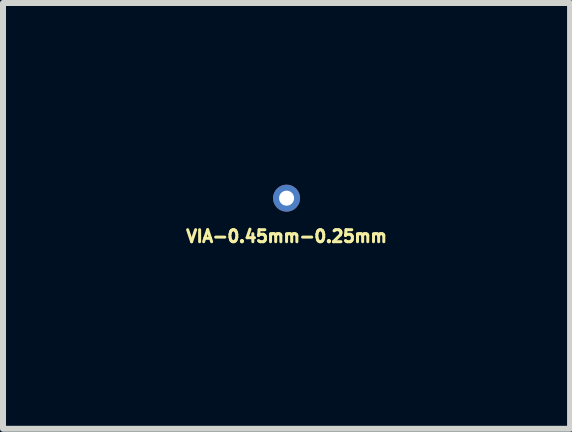
<source format=kicad_pcb>
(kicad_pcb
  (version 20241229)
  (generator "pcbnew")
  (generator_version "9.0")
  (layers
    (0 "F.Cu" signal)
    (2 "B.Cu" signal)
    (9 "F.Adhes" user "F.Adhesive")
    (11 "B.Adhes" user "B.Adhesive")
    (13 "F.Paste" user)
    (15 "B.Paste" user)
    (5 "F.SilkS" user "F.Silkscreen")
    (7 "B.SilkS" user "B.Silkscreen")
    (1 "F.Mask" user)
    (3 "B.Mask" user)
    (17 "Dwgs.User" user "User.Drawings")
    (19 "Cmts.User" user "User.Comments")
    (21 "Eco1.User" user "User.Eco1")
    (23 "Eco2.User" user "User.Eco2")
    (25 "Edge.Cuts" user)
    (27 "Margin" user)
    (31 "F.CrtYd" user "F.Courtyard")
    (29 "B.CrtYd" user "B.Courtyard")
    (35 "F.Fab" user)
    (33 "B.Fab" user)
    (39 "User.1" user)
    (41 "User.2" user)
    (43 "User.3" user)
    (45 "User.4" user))
  (footprint "VIA-0.45mm-0.25mm"
    (layer "F.Cu")
    (at 1.722 0.25)
    (property "Reference" "VIA-0.45mm-0.25mm" (at 0 0.635 0) (layer "F.SilkS") (effects (font (size 0.2 0.2) (thickness 0.05))))
    (attr through_hole board_only exclude_from_pos_files exclude_from_bom)
    (pad "1" thru_hole circle (at 0 0) (size 0.45 0.45) (drill 0.25) (layers "*.Cu")))
  (gr_rect
    (start -3 -3)
    (end 6.443 4.09)
    (stroke (width 0.1) (type default))
    (fill no)
    (layer "Edge.Cuts")))
</source>
